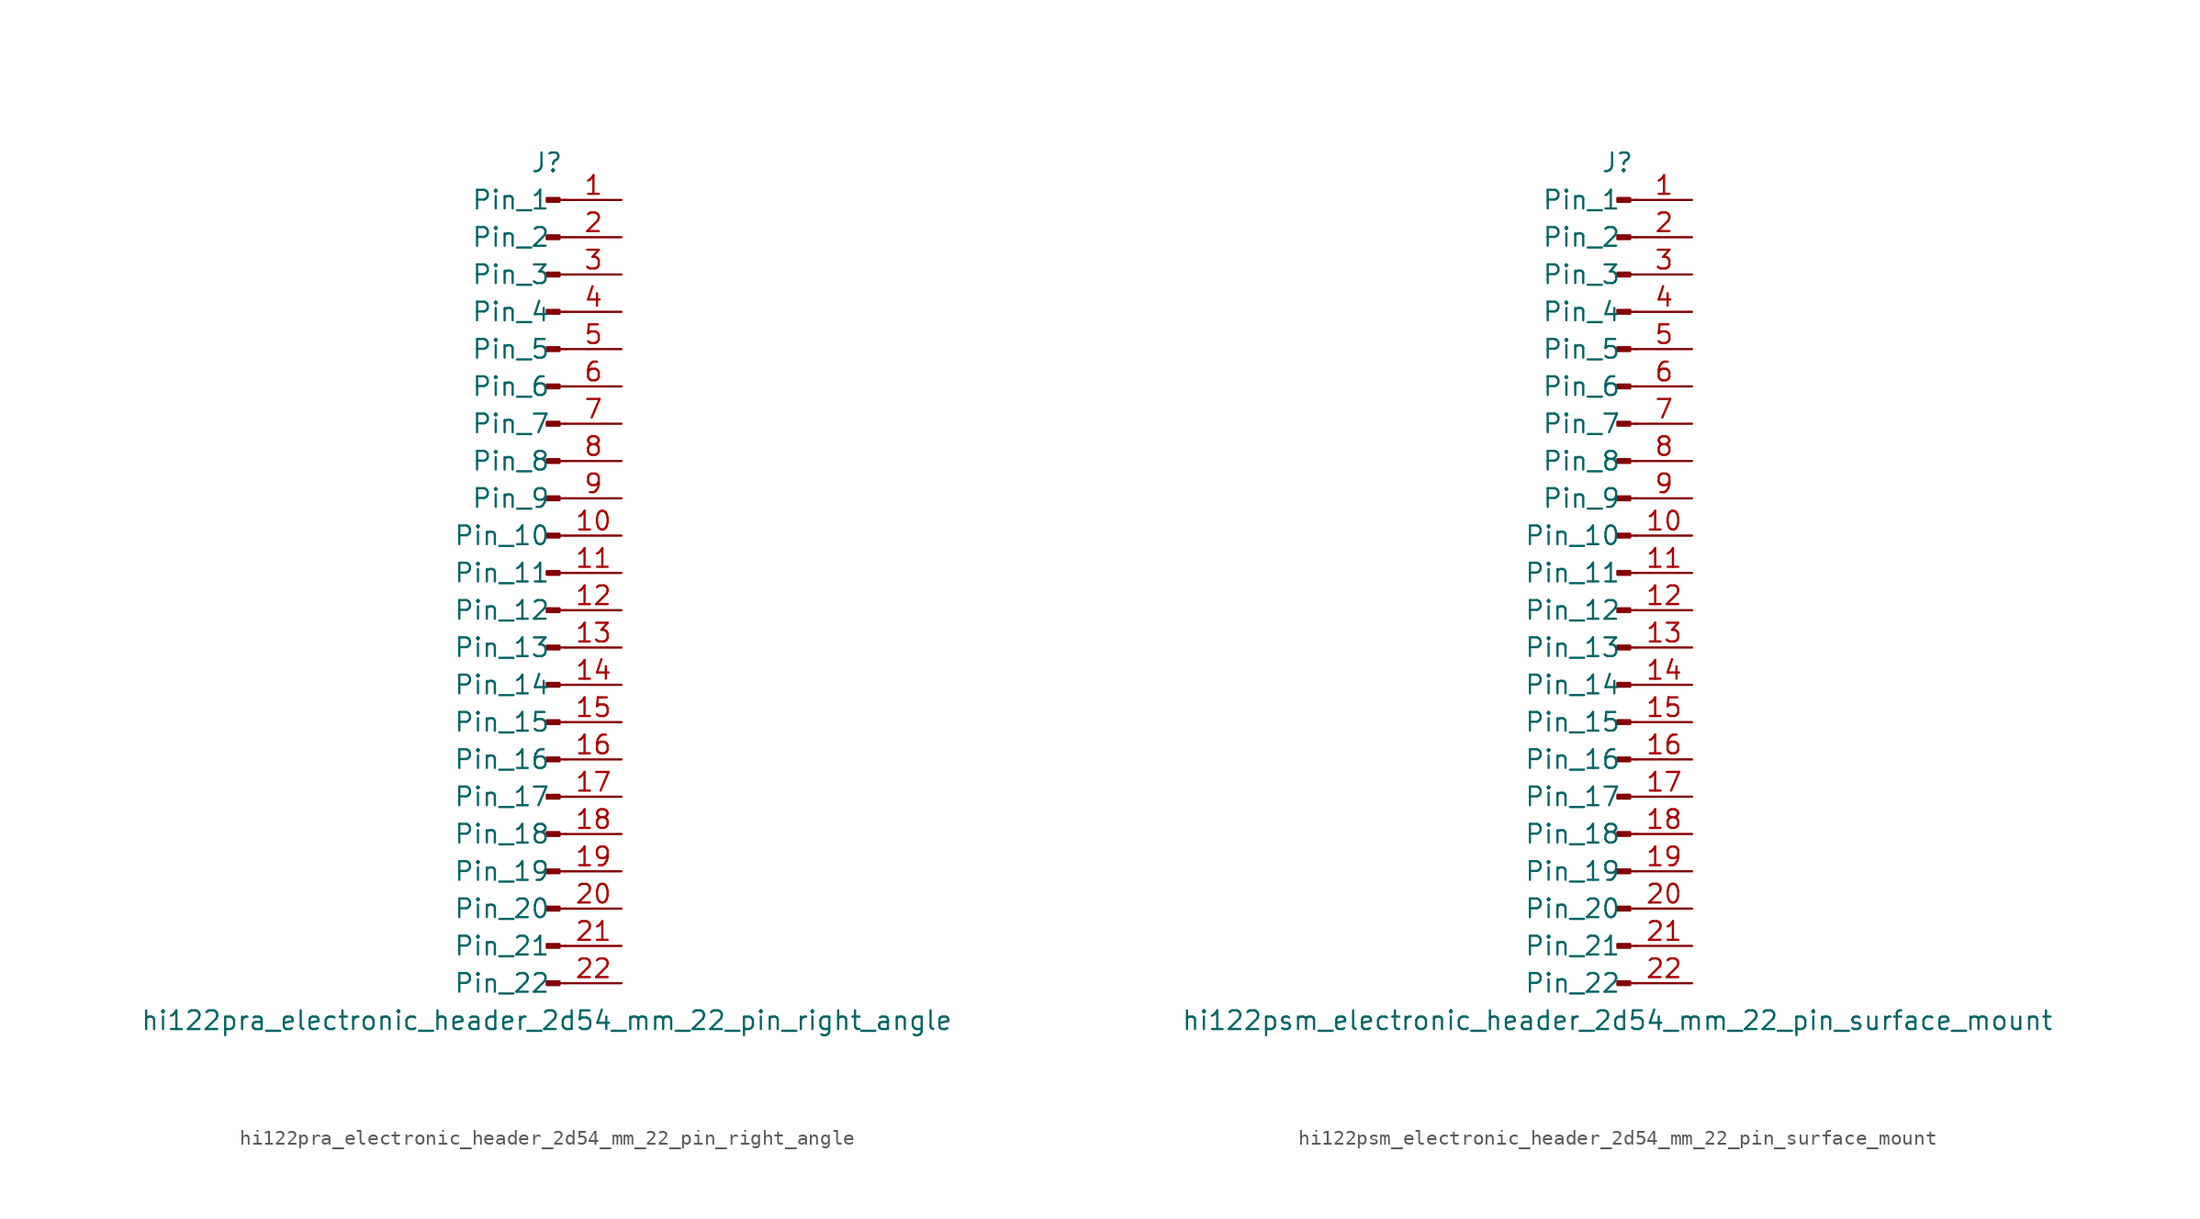
<source format=kicad_sym>
(kicad_symbol_lib
  (version 20220914)
  (generator kicad_symbol_editor)
  (symbol "hi122pra_electronic_header_2d54_mm_22_pin_right_angle"
    (pin_names
      (offset 1.016))
    (property "Reference" "J"
      (at 0 27.94 0)
      (effects (font (size 1.27 1.27))))
    (property "Value" "hi122pra_electronic_header_2d54_mm_22_pin_right_angle"
      (at 0 -30.48 0)
      (effects (font (size 1.27 1.27))))
    (property "ki_locked" ""
      (at 0 0 0)
      (effects (font (size 1.27 1.27))))
    (symbol "hi122pra_electronic_header_2d54_mm_22_pin_right_angle_1_1"
      (polyline (pts (xy 1.27 -27.94) (xy 0.864 -27.94)) (stroke (width 0.152) (type default)) (fill (type none)))
      (polyline (pts (xy 1.27 -25.4) (xy 0.864 -25.4)) (stroke (width 0.152) (type default)) (fill (type none)))
      (polyline (pts (xy 1.27 -22.86) (xy 0.864 -22.86)) (stroke (width 0.152) (type default)) (fill (type none)))
      (polyline (pts (xy 1.27 -20.32) (xy 0.864 -20.32)) (stroke (width 0.152) (type default)) (fill (type none)))
      (polyline (pts (xy 1.27 -17.78) (xy 0.864 -17.78)) (stroke (width 0.152) (type default)) (fill (type none)))
      (polyline (pts (xy 1.27 -15.24) (xy 0.864 -15.24)) (stroke (width 0.152) (type default)) (fill (type none)))
      (polyline (pts (xy 1.27 -12.7) (xy 0.864 -12.7)) (stroke (width 0.152) (type default)) (fill (type none)))
      (polyline (pts (xy 1.27 -10.16) (xy 0.864 -10.16)) (stroke (width 0.152) (type default)) (fill (type none)))
      (polyline (pts (xy 1.27 -7.62) (xy 0.864 -7.62)) (stroke (width 0.152) (type default)) (fill (type none)))
      (polyline (pts (xy 1.27 -5.08) (xy 0.864 -5.08)) (stroke (width 0.152) (type default)) (fill (type none)))
      (polyline (pts (xy 1.27 -2.54) (xy 0.864 -2.54)) (stroke (width 0.152) (type default)) (fill (type none)))
      (polyline (pts (xy 1.27 0) (xy 0.864 0)) (stroke (width 0.152) (type default)) (fill (type none)))
      (polyline (pts (xy 1.27 2.54) (xy 0.864 2.54)) (stroke (width 0.152) (type default)) (fill (type none)))
      (polyline (pts (xy 1.27 5.08) (xy 0.864 5.08)) (stroke (width 0.152) (type default)) (fill (type none)))
      (polyline (pts (xy 1.27 7.62) (xy 0.864 7.62)) (stroke (width 0.152) (type default)) (fill (type none)))
      (polyline (pts (xy 1.27 10.16) (xy 0.864 10.16)) (stroke (width 0.152) (type default)) (fill (type none)))
      (polyline (pts (xy 1.27 12.7) (xy 0.864 12.7)) (stroke (width 0.152) (type default)) (fill (type none)))
      (polyline (pts (xy 1.27 15.24) (xy 0.864 15.24)) (stroke (width 0.152) (type default)) (fill (type none)))
      (polyline (pts (xy 1.27 17.78) (xy 0.864 17.78)) (stroke (width 0.152) (type default)) (fill (type none)))
      (polyline (pts (xy 1.27 20.32) (xy 0.864 20.32)) (stroke (width 0.152) (type default)) (fill (type none)))
      (polyline (pts (xy 1.27 22.86) (xy 0.864 22.86)) (stroke (width 0.152) (type default)) (fill (type none)))
      (polyline (pts (xy 1.27 25.4) (xy 0.864 25.4)) (stroke (width 0.152) (type default)) (fill (type none)))
      (rectangle (start 0.864 -27.813) (end 0 -28.067) (stroke (width 0.152) (type default)) (fill (type outline)))
      (rectangle (start 0.864 -25.273) (end 0 -25.527) (stroke (width 0.152) (type default)) (fill (type outline)))
      (rectangle (start 0.864 -22.733) (end 0 -22.987) (stroke (width 0.152) (type default)) (fill (type outline)))
      (rectangle (start 0.864 -20.193) (end 0 -20.447) (stroke (width 0.152) (type default)) (fill (type outline)))
      (rectangle (start 0.864 -17.653) (end 0 -17.907) (stroke (width 0.152) (type default)) (fill (type outline)))
      (rectangle (start 0.864 -15.113) (end 0 -15.367) (stroke (width 0.152) (type default)) (fill (type outline)))
      (rectangle (start 0.864 -12.573) (end 0 -12.827) (stroke (width 0.152) (type default)) (fill (type outline)))
      (rectangle (start 0.864 -10.033) (end 0 -10.287) (stroke (width 0.152) (type default)) (fill (type outline)))
      (rectangle (start 0.864 -7.493) (end 0 -7.747) (stroke (width 0.152) (type default)) (fill (type outline)))
      (rectangle (start 0.864 -4.953) (end 0 -5.207) (stroke (width 0.152) (type default)) (fill (type outline)))
      (rectangle (start 0.864 -2.413) (end 0 -2.667) (stroke (width 0.152) (type default)) (fill (type outline)))
      (rectangle (start 0.864 0.127) (end 0 -0.127) (stroke (width 0.152) (type default)) (fill (type outline)))
      (rectangle (start 0.864 2.667) (end 0 2.413) (stroke (width 0.152) (type default)) (fill (type outline)))
      (rectangle (start 0.864 5.207) (end 0 4.953) (stroke (width 0.152) (type default)) (fill (type outline)))
      (rectangle (start 0.864 7.747) (end 0 7.493) (stroke (width 0.152) (type default)) (fill (type outline)))
      (rectangle (start 0.864 10.287) (end 0 10.033) (stroke (width 0.152) (type default)) (fill (type outline)))
      (rectangle (start 0.864 12.827) (end 0 12.573) (stroke (width 0.152) (type default)) (fill (type outline)))
      (rectangle (start 0.864 15.367) (end 0 15.113) (stroke (width 0.152) (type default)) (fill (type outline)))
      (rectangle (start 0.864 17.907) (end 0 17.653) (stroke (width 0.152) (type default)) (fill (type outline)))
      (rectangle (start 0.864 20.447) (end 0 20.193) (stroke (width 0.152) (type default)) (fill (type outline)))
      (rectangle (start 0.864 22.987) (end 0 22.733) (stroke (width 0.152) (type default)) (fill (type outline)))
      (rectangle (start 0.864 25.527) (end 0 25.273) (stroke (width 0.152) (type default)) (fill (type outline)))
      (pin passive line (at 5.08 25.4 180) (length 3.81) (name "Pin_1" (effects (font (size 1.27 1.27)))) (number "1" (effects (font (size 1.27 1.27)))))
      (pin passive line (at 5.08 2.54 180) (length 3.81) (name "Pin_10" (effects (font (size 1.27 1.27)))) (number "10" (effects (font (size 1.27 1.27)))))
      (pin passive line (at 5.08 0 180) (length 3.81) (name "Pin_11" (effects (font (size 1.27 1.27)))) (number "11" (effects (font (size 1.27 1.27)))))
      (pin passive line (at 5.08 -2.54 180) (length 3.81) (name "Pin_12" (effects (font (size 1.27 1.27)))) (number "12" (effects (font (size 1.27 1.27)))))
      (pin passive line (at 5.08 -5.08 180) (length 3.81) (name "Pin_13" (effects (font (size 1.27 1.27)))) (number "13" (effects (font (size 1.27 1.27)))))
      (pin passive line (at 5.08 -7.62 180) (length 3.81) (name "Pin_14" (effects (font (size 1.27 1.27)))) (number "14" (effects (font (size 1.27 1.27)))))
      (pin passive line (at 5.08 -10.16 180) (length 3.81) (name "Pin_15" (effects (font (size 1.27 1.27)))) (number "15" (effects (font (size 1.27 1.27)))))
      (pin passive line (at 5.08 -12.7 180) (length 3.81) (name "Pin_16" (effects (font (size 1.27 1.27)))) (number "16" (effects (font (size 1.27 1.27)))))
      (pin passive line (at 5.08 -15.24 180) (length 3.81) (name "Pin_17" (effects (font (size 1.27 1.27)))) (number "17" (effects (font (size 1.27 1.27)))))
      (pin passive line (at 5.08 -17.78 180) (length 3.81) (name "Pin_18" (effects (font (size 1.27 1.27)))) (number "18" (effects (font (size 1.27 1.27)))))
      (pin passive line (at 5.08 -20.32 180) (length 3.81) (name "Pin_19" (effects (font (size 1.27 1.27)))) (number "19" (effects (font (size 1.27 1.27)))))
      (pin passive line (at 5.08 22.86 180) (length 3.81) (name "Pin_2" (effects (font (size 1.27 1.27)))) (number "2" (effects (font (size 1.27 1.27)))))
      (pin passive line (at 5.08 -22.86 180) (length 3.81) (name "Pin_20" (effects (font (size 1.27 1.27)))) (number "20" (effects (font (size 1.27 1.27)))))
      (pin passive line (at 5.08 -25.4 180) (length 3.81) (name "Pin_21" (effects (font (size 1.27 1.27)))) (number "21" (effects (font (size 1.27 1.27)))))
      (pin passive line (at 5.08 -27.94 180) (length 3.81) (name "Pin_22" (effects (font (size 1.27 1.27)))) (number "22" (effects (font (size 1.27 1.27)))))
      (pin passive line (at 5.08 20.32 180) (length 3.81) (name "Pin_3" (effects (font (size 1.27 1.27)))) (number "3" (effects (font (size 1.27 1.27)))))
      (pin passive line (at 5.08 17.78 180) (length 3.81) (name "Pin_4" (effects (font (size 1.27 1.27)))) (number "4" (effects (font (size 1.27 1.27)))))
      (pin passive line (at 5.08 15.24 180) (length 3.81) (name "Pin_5" (effects (font (size 1.27 1.27)))) (number "5" (effects (font (size 1.27 1.27)))))
      (pin passive line (at 5.08 12.7 180) (length 3.81) (name "Pin_6" (effects (font (size 1.27 1.27)))) (number "6" (effects (font (size 1.27 1.27)))))
      (pin passive line (at 5.08 10.16 180) (length 3.81) (name "Pin_7" (effects (font (size 1.27 1.27)))) (number "7" (effects (font (size 1.27 1.27)))))
      (pin passive line (at 5.08 7.62 180) (length 3.81) (name "Pin_8" (effects (font (size 1.27 1.27)))) (number "8" (effects (font (size 1.27 1.27)))))
      (pin passive line (at 5.08 5.08 180) (length 3.81) (name "Pin_9" (effects (font (size 1.27 1.27)))) (number "9" (effects (font (size 1.27 1.27)))))))
  (symbol "hi122psm_electronic_header_2d54_mm_22_pin_surface_mount"
    (pin_names
      (offset 1.016))
    (property "Reference" "J"
      (at 0 27.94 0)
      (effects (font (size 1.27 1.27))))
    (property "Value" "hi122psm_electronic_header_2d54_mm_22_pin_surface_mount"
      (at 0 -30.48 0)
      (effects (font (size 1.27 1.27))))
    (property "ki_locked" ""
      (at 0 0 0)
      (effects (font (size 1.27 1.27))))
    (symbol "hi122psm_electronic_header_2d54_mm_22_pin_surface_mount_1_1"
      (polyline (pts (xy 1.27 -27.94) (xy 0.864 -27.94)) (stroke (width 0.152) (type default)) (fill (type none)))
      (polyline (pts (xy 1.27 -25.4) (xy 0.864 -25.4)) (stroke (width 0.152) (type default)) (fill (type none)))
      (polyline (pts (xy 1.27 -22.86) (xy 0.864 -22.86)) (stroke (width 0.152) (type default)) (fill (type none)))
      (polyline (pts (xy 1.27 -20.32) (xy 0.864 -20.32)) (stroke (width 0.152) (type default)) (fill (type none)))
      (polyline (pts (xy 1.27 -17.78) (xy 0.864 -17.78)) (stroke (width 0.152) (type default)) (fill (type none)))
      (polyline (pts (xy 1.27 -15.24) (xy 0.864 -15.24)) (stroke (width 0.152) (type default)) (fill (type none)))
      (polyline (pts (xy 1.27 -12.7) (xy 0.864 -12.7)) (stroke (width 0.152) (type default)) (fill (type none)))
      (polyline (pts (xy 1.27 -10.16) (xy 0.864 -10.16)) (stroke (width 0.152) (type default)) (fill (type none)))
      (polyline (pts (xy 1.27 -7.62) (xy 0.864 -7.62)) (stroke (width 0.152) (type default)) (fill (type none)))
      (polyline (pts (xy 1.27 -5.08) (xy 0.864 -5.08)) (stroke (width 0.152) (type default)) (fill (type none)))
      (polyline (pts (xy 1.27 -2.54) (xy 0.864 -2.54)) (stroke (width 0.152) (type default)) (fill (type none)))
      (polyline (pts (xy 1.27 0) (xy 0.864 0)) (stroke (width 0.152) (type default)) (fill (type none)))
      (polyline (pts (xy 1.27 2.54) (xy 0.864 2.54)) (stroke (width 0.152) (type default)) (fill (type none)))
      (polyline (pts (xy 1.27 5.08) (xy 0.864 5.08)) (stroke (width 0.152) (type default)) (fill (type none)))
      (polyline (pts (xy 1.27 7.62) (xy 0.864 7.62)) (stroke (width 0.152) (type default)) (fill (type none)))
      (polyline (pts (xy 1.27 10.16) (xy 0.864 10.16)) (stroke (width 0.152) (type default)) (fill (type none)))
      (polyline (pts (xy 1.27 12.7) (xy 0.864 12.7)) (stroke (width 0.152) (type default)) (fill (type none)))
      (polyline (pts (xy 1.27 15.24) (xy 0.864 15.24)) (stroke (width 0.152) (type default)) (fill (type none)))
      (polyline (pts (xy 1.27 17.78) (xy 0.864 17.78)) (stroke (width 0.152) (type default)) (fill (type none)))
      (polyline (pts (xy 1.27 20.32) (xy 0.864 20.32)) (stroke (width 0.152) (type default)) (fill (type none)))
      (polyline (pts (xy 1.27 22.86) (xy 0.864 22.86)) (stroke (width 0.152) (type default)) (fill (type none)))
      (polyline (pts (xy 1.27 25.4) (xy 0.864 25.4)) (stroke (width 0.152) (type default)) (fill (type none)))
      (rectangle (start 0.864 -27.813) (end 0 -28.067) (stroke (width 0.152) (type default)) (fill (type outline)))
      (rectangle (start 0.864 -25.273) (end 0 -25.527) (stroke (width 0.152) (type default)) (fill (type outline)))
      (rectangle (start 0.864 -22.733) (end 0 -22.987) (stroke (width 0.152) (type default)) (fill (type outline)))
      (rectangle (start 0.864 -20.193) (end 0 -20.447) (stroke (width 0.152) (type default)) (fill (type outline)))
      (rectangle (start 0.864 -17.653) (end 0 -17.907) (stroke (width 0.152) (type default)) (fill (type outline)))
      (rectangle (start 0.864 -15.113) (end 0 -15.367) (stroke (width 0.152) (type default)) (fill (type outline)))
      (rectangle (start 0.864 -12.573) (end 0 -12.827) (stroke (width 0.152) (type default)) (fill (type outline)))
      (rectangle (start 0.864 -10.033) (end 0 -10.287) (stroke (width 0.152) (type default)) (fill (type outline)))
      (rectangle (start 0.864 -7.493) (end 0 -7.747) (stroke (width 0.152) (type default)) (fill (type outline)))
      (rectangle (start 0.864 -4.953) (end 0 -5.207) (stroke (width 0.152) (type default)) (fill (type outline)))
      (rectangle (start 0.864 -2.413) (end 0 -2.667) (stroke (width 0.152) (type default)) (fill (type outline)))
      (rectangle (start 0.864 0.127) (end 0 -0.127) (stroke (width 0.152) (type default)) (fill (type outline)))
      (rectangle (start 0.864 2.667) (end 0 2.413) (stroke (width 0.152) (type default)) (fill (type outline)))
      (rectangle (start 0.864 5.207) (end 0 4.953) (stroke (width 0.152) (type default)) (fill (type outline)))
      (rectangle (start 0.864 7.747) (end 0 7.493) (stroke (width 0.152) (type default)) (fill (type outline)))
      (rectangle (start 0.864 10.287) (end 0 10.033) (stroke (width 0.152) (type default)) (fill (type outline)))
      (rectangle (start 0.864 12.827) (end 0 12.573) (stroke (width 0.152) (type default)) (fill (type outline)))
      (rectangle (start 0.864 15.367) (end 0 15.113) (stroke (width 0.152) (type default)) (fill (type outline)))
      (rectangle (start 0.864 17.907) (end 0 17.653) (stroke (width 0.152) (type default)) (fill (type outline)))
      (rectangle (start 0.864 20.447) (end 0 20.193) (stroke (width 0.152) (type default)) (fill (type outline)))
      (rectangle (start 0.864 22.987) (end 0 22.733) (stroke (width 0.152) (type default)) (fill (type outline)))
      (rectangle (start 0.864 25.527) (end 0 25.273) (stroke (width 0.152) (type default)) (fill (type outline)))
      (pin passive line (at 5.08 25.4 180) (length 3.81) (name "Pin_1" (effects (font (size 1.27 1.27)))) (number "1" (effects (font (size 1.27 1.27)))))
      (pin passive line (at 5.08 2.54 180) (length 3.81) (name "Pin_10" (effects (font (size 1.27 1.27)))) (number "10" (effects (font (size 1.27 1.27)))))
      (pin passive line (at 5.08 0 180) (length 3.81) (name "Pin_11" (effects (font (size 1.27 1.27)))) (number "11" (effects (font (size 1.27 1.27)))))
      (pin passive line (at 5.08 -2.54 180) (length 3.81) (name "Pin_12" (effects (font (size 1.27 1.27)))) (number "12" (effects (font (size 1.27 1.27)))))
      (pin passive line (at 5.08 -5.08 180) (length 3.81) (name "Pin_13" (effects (font (size 1.27 1.27)))) (number "13" (effects (font (size 1.27 1.27)))))
      (pin passive line (at 5.08 -7.62 180) (length 3.81) (name "Pin_14" (effects (font (size 1.27 1.27)))) (number "14" (effects (font (size 1.27 1.27)))))
      (pin passive line (at 5.08 -10.16 180) (length 3.81) (name "Pin_15" (effects (font (size 1.27 1.27)))) (number "15" (effects (font (size 1.27 1.27)))))
      (pin passive line (at 5.08 -12.7 180) (length 3.81) (name "Pin_16" (effects (font (size 1.27 1.27)))) (number "16" (effects (font (size 1.27 1.27)))))
      (pin passive line (at 5.08 -15.24 180) (length 3.81) (name "Pin_17" (effects (font (size 1.27 1.27)))) (number "17" (effects (font (size 1.27 1.27)))))
      (pin passive line (at 5.08 -17.78 180) (length 3.81) (name "Pin_18" (effects (font (size 1.27 1.27)))) (number "18" (effects (font (size 1.27 1.27)))))
      (pin passive line (at 5.08 -20.32 180) (length 3.81) (name "Pin_19" (effects (font (size 1.27 1.27)))) (number "19" (effects (font (size 1.27 1.27)))))
      (pin passive line (at 5.08 22.86 180) (length 3.81) (name "Pin_2" (effects (font (size 1.27 1.27)))) (number "2" (effects (font (size 1.27 1.27)))))
      (pin passive line (at 5.08 -22.86 180) (length 3.81) (name "Pin_20" (effects (font (size 1.27 1.27)))) (number "20" (effects (font (size 1.27 1.27)))))
      (pin passive line (at 5.08 -25.4 180) (length 3.81) (name "Pin_21" (effects (font (size 1.27 1.27)))) (number "21" (effects (font (size 1.27 1.27)))))
      (pin passive line (at 5.08 -27.94 180) (length 3.81) (name "Pin_22" (effects (font (size 1.27 1.27)))) (number "22" (effects (font (size 1.27 1.27)))))
      (pin passive line (at 5.08 20.32 180) (length 3.81) (name "Pin_3" (effects (font (size 1.27 1.27)))) (number "3" (effects (font (size 1.27 1.27)))))
      (pin passive line (at 5.08 17.78 180) (length 3.81) (name "Pin_4" (effects (font (size 1.27 1.27)))) (number "4" (effects (font (size 1.27 1.27)))))
      (pin passive line (at 5.08 15.24 180) (length 3.81) (name "Pin_5" (effects (font (size 1.27 1.27)))) (number "5" (effects (font (size 1.27 1.27)))))
      (pin passive line (at 5.08 12.7 180) (length 3.81) (name "Pin_6" (effects (font (size 1.27 1.27)))) (number "6" (effects (font (size 1.27 1.27)))))
      (pin passive line (at 5.08 10.16 180) (length 3.81) (name "Pin_7" (effects (font (size 1.27 1.27)))) (number "7" (effects (font (size 1.27 1.27)))))
      (pin passive line (at 5.08 7.62 180) (length 3.81) (name "Pin_8" (effects (font (size 1.27 1.27)))) (number "8" (effects (font (size 1.27 1.27)))))
      (pin passive line (at 5.08 5.08 180) (length 3.81) (name "Pin_9" (effects (font (size 1.27 1.27)))) (number "9" (effects (font (size 1.27 1.27))))))))
</source>
